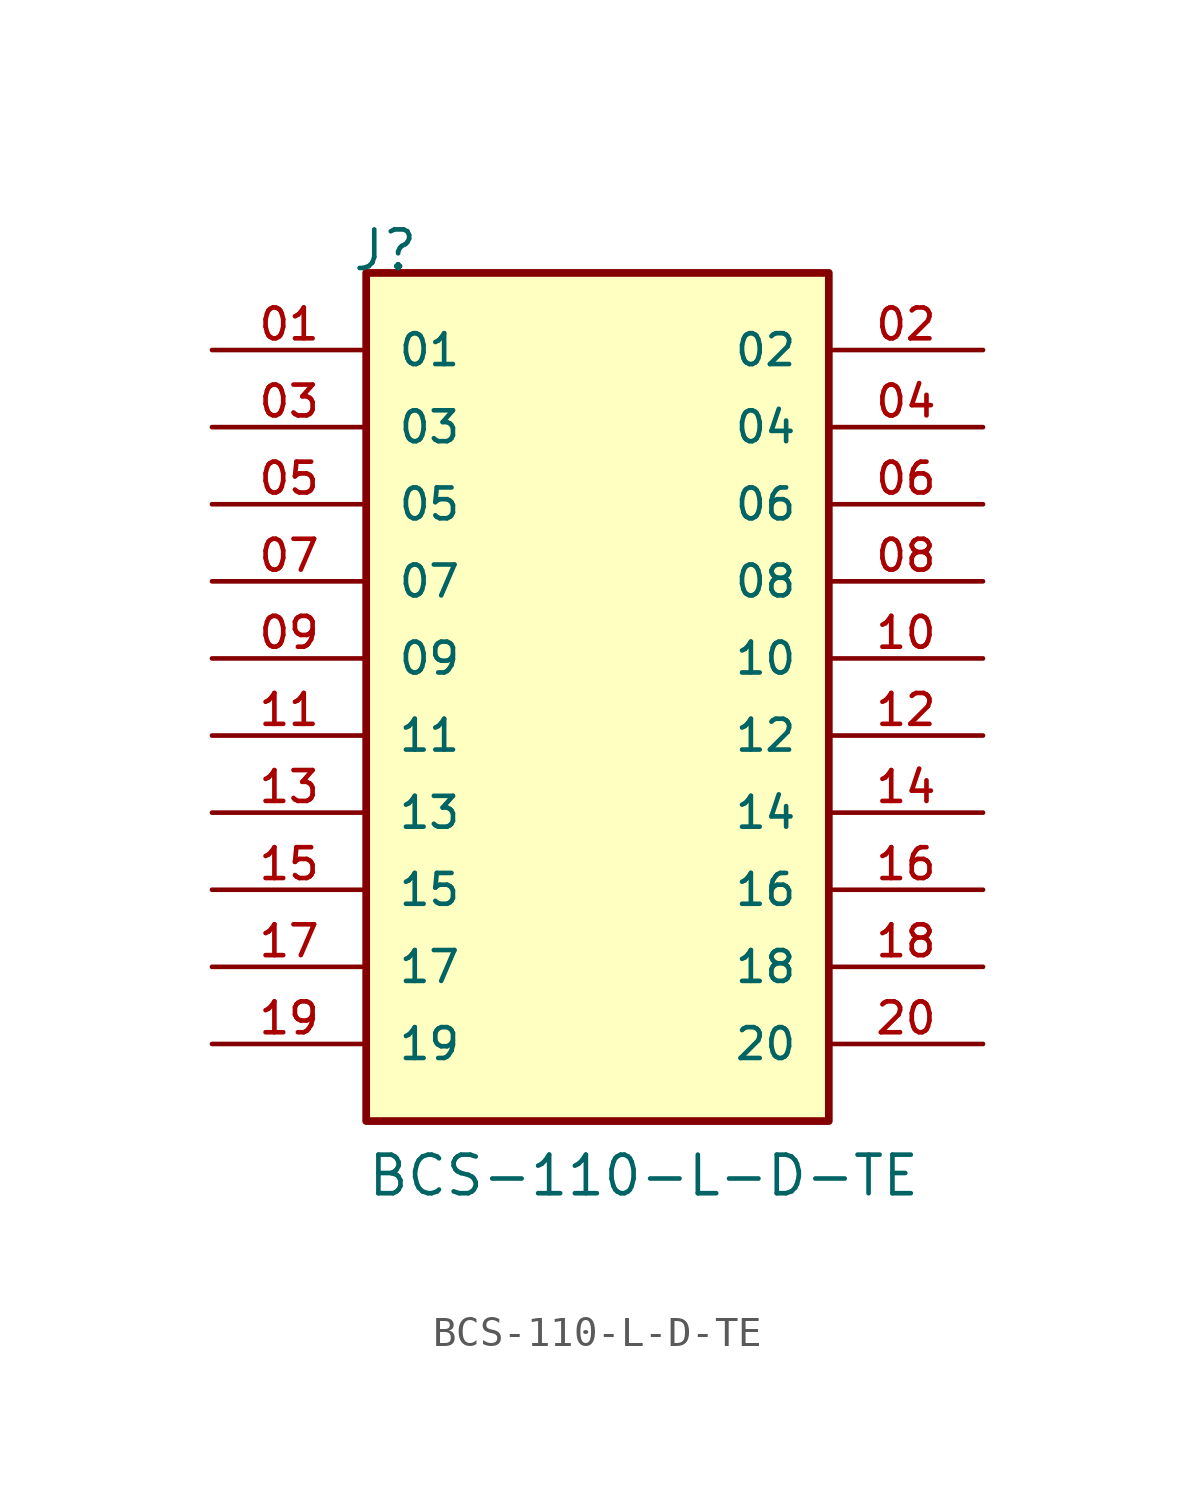
<source format=kicad_sym>
(kicad_symbol_lib
  (version 20211014)
  (generator kicad_symbol_editor)
  (symbol "BCS-110-L-D-TE"
    (pin_names
      (offset 1.016))
    (property "Reference" "J"
      (at -8.12 15.24 0)
      (effects (font (size 1.27 1.27)) (justify bottom left)))
    (property "Value" "BCS-110-L-D-TE"
      (at -7.62 -15.24 0)
      (effects (font (size 1.27 1.27)) (justify bottom left)))
    (symbol "BCS-110-L-D-TE_0_0"
      (rectangle (start -7.62 -12.7) (end 7.62 15.24) (stroke (width 0.254)) (fill (type background)))
      (pin passive line (at -12.7 12.7 0) (length 5.08) (name "01" (effects (font (size 1.016 1.016)))) (number "01" (effects (font (size 1.016 1.016)))))
      (pin passive line (at 12.7 12.7 180.0) (length 5.08) (name "02" (effects (font (size 1.016 1.016)))) (number "02" (effects (font (size 1.016 1.016)))))
      (pin passive line (at -12.7 10.16 0) (length 5.08) (name "03" (effects (font (size 1.016 1.016)))) (number "03" (effects (font (size 1.016 1.016)))))
      (pin passive line (at 12.7 10.16 180.0) (length 5.08) (name "04" (effects (font (size 1.016 1.016)))) (number "04" (effects (font (size 1.016 1.016)))))
      (pin passive line (at -12.7 7.62 0) (length 5.08) (name "05" (effects (font (size 1.016 1.016)))) (number "05" (effects (font (size 1.016 1.016)))))
      (pin passive line (at 12.7 7.62 180.0) (length 5.08) (name "06" (effects (font (size 1.016 1.016)))) (number "06" (effects (font (size 1.016 1.016)))))
      (pin passive line (at -12.7 5.08 0) (length 5.08) (name "07" (effects (font (size 1.016 1.016)))) (number "07" (effects (font (size 1.016 1.016)))))
      (pin passive line (at 12.7 5.08 180.0) (length 5.08) (name "08" (effects (font (size 1.016 1.016)))) (number "08" (effects (font (size 1.016 1.016)))))
      (pin passive line (at -12.7 2.54 0) (length 5.08) (name "09" (effects (font (size 1.016 1.016)))) (number "09" (effects (font (size 1.016 1.016)))))
      (pin passive line (at 12.7 2.54 180.0) (length 5.08) (name "10" (effects (font (size 1.016 1.016)))) (number "10" (effects (font (size 1.016 1.016)))))
      (pin passive line (at -12.7 0.0 0) (length 5.08) (name "11" (effects (font (size 1.016 1.016)))) (number "11" (effects (font (size 1.016 1.016)))))
      (pin passive line (at 12.7 0.0 180.0) (length 5.08) (name "12" (effects (font (size 1.016 1.016)))) (number "12" (effects (font (size 1.016 1.016)))))
      (pin passive line (at -12.7 -2.54 0) (length 5.08) (name "13" (effects (font (size 1.016 1.016)))) (number "13" (effects (font (size 1.016 1.016)))))
      (pin passive line (at 12.7 -2.54 180.0) (length 5.08) (name "14" (effects (font (size 1.016 1.016)))) (number "14" (effects (font (size 1.016 1.016)))))
      (pin passive line (at -12.7 -5.08 0) (length 5.08) (name "15" (effects (font (size 1.016 1.016)))) (number "15" (effects (font (size 1.016 1.016)))))
      (pin passive line (at 12.7 -5.08 180.0) (length 5.08) (name "16" (effects (font (size 1.016 1.016)))) (number "16" (effects (font (size 1.016 1.016)))))
      (pin passive line (at -12.7 -7.62 0) (length 5.08) (name "17" (effects (font (size 1.016 1.016)))) (number "17" (effects (font (size 1.016 1.016)))))
      (pin passive line (at 12.7 -7.62 180.0) (length 5.08) (name "18" (effects (font (size 1.016 1.016)))) (number "18" (effects (font (size 1.016 1.016)))))
      (pin passive line (at -12.7 -10.16 0) (length 5.08) (name "19" (effects (font (size 1.016 1.016)))) (number "19" (effects (font (size 1.016 1.016)))))
      (pin passive line (at 12.7 -10.16 180.0) (length 5.08) (name "20" (effects (font (size 1.016 1.016)))) (number "20" (effects (font (size 1.016 1.016))))))))
</source>
